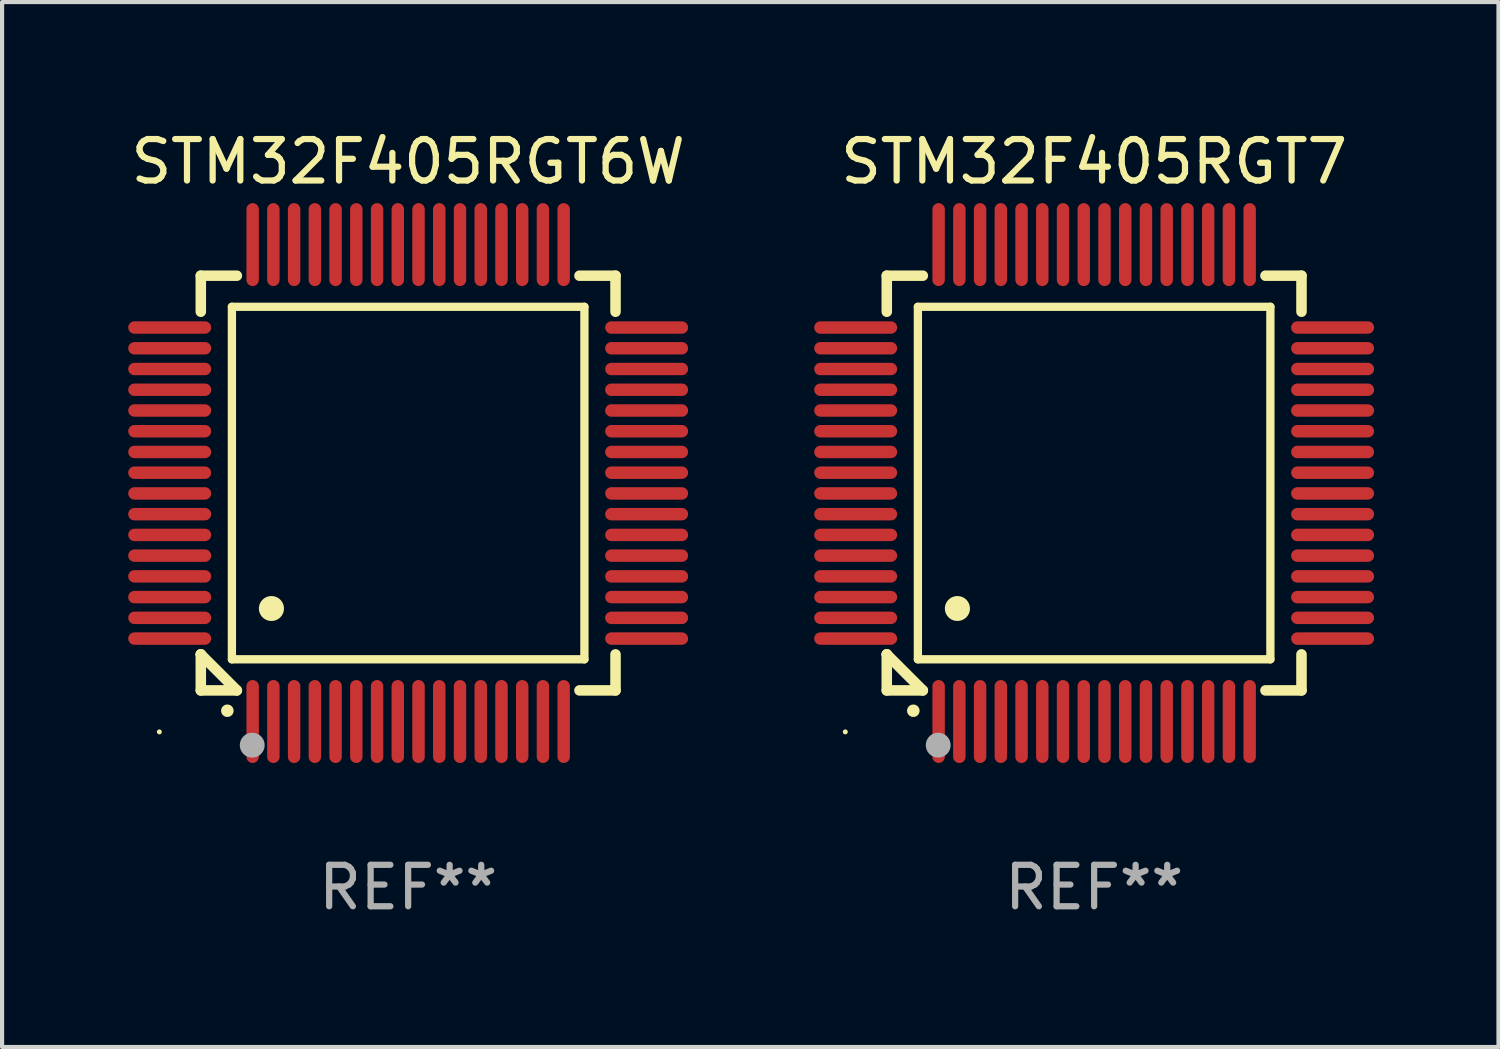
<source format=kicad_pcb>
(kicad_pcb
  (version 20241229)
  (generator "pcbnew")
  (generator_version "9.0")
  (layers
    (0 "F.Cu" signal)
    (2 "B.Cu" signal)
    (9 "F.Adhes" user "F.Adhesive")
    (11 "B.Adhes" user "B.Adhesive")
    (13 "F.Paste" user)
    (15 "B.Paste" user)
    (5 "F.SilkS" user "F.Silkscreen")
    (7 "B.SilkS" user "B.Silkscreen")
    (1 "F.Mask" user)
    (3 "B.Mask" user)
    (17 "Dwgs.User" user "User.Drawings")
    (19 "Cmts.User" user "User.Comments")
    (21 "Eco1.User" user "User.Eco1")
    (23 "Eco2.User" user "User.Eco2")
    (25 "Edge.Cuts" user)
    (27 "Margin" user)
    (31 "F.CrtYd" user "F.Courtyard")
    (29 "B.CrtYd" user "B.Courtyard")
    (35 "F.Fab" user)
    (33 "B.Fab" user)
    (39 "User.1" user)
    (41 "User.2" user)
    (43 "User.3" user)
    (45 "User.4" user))
  (footprint "STM32F405RGT7"
    (layer "F.Cu")
    (at 23.333 8.598)
    (property "Reference" "STM32F405RGT7" (at 0 -7.75 0) (layer "F.SilkS") (effects (font (size 1 1) (thickness 0.15))))
    (attr through_hole)
    (fp_line (start -5 -5) (end -4.131 -5) (stroke (width 0.254) (type solid)) (layer "F.SilkS"))
    (fp_line (start -5 -4.131) (end -5 -5) (stroke (width 0.254) (type solid)) (layer "F.SilkS"))
    (fp_line (start -5 4.131) (end -5 4.131) (stroke (width 0.254) (type solid)) (layer "F.SilkS"))
    (fp_line (start -5 5) (end -5 4.131) (stroke (width 0.254) (type solid)) (layer "F.SilkS"))
    (fp_line (start -5 4.131) (end -4.131 5) (stroke (width 0.254) (type solid)) (layer "F.SilkS"))
    (fp_line (start -4.25 -4.25) (end -4.25 4.25) (stroke (width 0.2) (type solid)) (layer "F.SilkS"))
    (fp_line (start -4.25 4.25) (end 4.25 4.25) (stroke (width 0.2) (type solid)) (layer "F.SilkS"))
    (fp_line (start -4.131 5) (end -5 5) (stroke (width 0.254) (type solid)) (layer "F.SilkS"))
    (fp_line (start 4.25 -4.25) (end -4.25 -4.25) (stroke (width 0.2) (type solid)) (layer "F.SilkS"))
    (fp_line (start 4.25 4.25) (end 4.25 -4.25) (stroke (width 0.2) (type solid)) (layer "F.SilkS"))
    (fp_line (start 5 -5) (end 4.131 -5) (stroke (width 0.254) (type solid)) (layer "F.SilkS"))
    (fp_line (start 5 -5) (end 5 -4.131) (stroke (width 0.254) (type solid)) (layer "F.SilkS"))
    (fp_line (start 5 4.131) (end 5 5) (stroke (width 0.254) (type solid)) (layer "F.SilkS"))
    (fp_line (start 5 5) (end 4.131 5) (stroke (width 0.254) (type solid)) (layer "F.SilkS"))
    (fp_arc (start -4.361265 5.489992) (mid -4.359995 5.489987) (end -4.358725 5.489992) (stroke (width 0.3) (type solid)) (layer "F.SilkS"))
    (fp_arc (start -3.299467 3.025146) (mid -3.296927 3.025135) (end -3.294387 3.025146) (stroke (width 0.6) (type solid)) (layer "F.SilkS"))
    (fp_circle (center -6 6) (end -5.97 6) (stroke (width 0.06) (type solid)) (fill no) (layer "F.SilkS"))
    (fp_circle (center -3.76 6.32) (end -3.61 6.32) (stroke (width 0.3) (type solid)) (fill no) (layer "F.Fab"))
    (fp_text user "REF**" (at 0 9.75 0) (layer "F.Fab") (effects (font (size 1 1) (thickness 0.15))))
    (pad "1" smd oval (at -3.75 5.75) (size 0.3 2) (layers "F.Cu" "F.Mask" "F.Paste"))
    (pad "2" smd oval (at -3.25 5.75) (size 0.3 2) (layers "F.Cu" "F.Mask" "F.Paste"))
    (pad "3" smd oval (at -2.75 5.75) (size 0.3 2) (layers "F.Cu" "F.Mask" "F.Paste"))
    (pad "4" smd oval (at -2.25 5.75) (size 0.3 2) (layers "F.Cu" "F.Mask" "F.Paste"))
    (pad "5" smd oval (at -1.75 5.75) (size 0.3 2) (layers "F.Cu" "F.Mask" "F.Paste"))
    (pad "6" smd oval (at -1.25 5.75) (size 0.3 2) (layers "F.Cu" "F.Mask" "F.Paste"))
    (pad "7" smd oval (at -0.75 5.75) (size 0.3 2) (layers "F.Cu" "F.Mask" "F.Paste"))
    (pad "8" smd oval (at -0.25 5.75) (size 0.3 2) (layers "F.Cu" "F.Mask" "F.Paste"))
    (pad "9" smd oval (at 0.25 5.75) (size 0.3 2) (layers "F.Cu" "F.Mask" "F.Paste"))
    (pad "10" smd oval (at 0.75 5.75) (size 0.3 2) (layers "F.Cu" "F.Mask" "F.Paste"))
    (pad "11" smd oval (at 1.25 5.75) (size 0.3 2) (layers "F.Cu" "F.Mask" "F.Paste"))
    (pad "12" smd oval (at 1.75 5.75) (size 0.3 2) (layers "F.Cu" "F.Mask" "F.Paste"))
    (pad "13" smd oval (at 2.25 5.75) (size 0.3 2) (layers "F.Cu" "F.Mask" "F.Paste"))
    (pad "14" smd oval (at 2.75 5.75) (size 0.3 2) (layers "F.Cu" "F.Mask" "F.Paste"))
    (pad "15" smd oval (at 3.25 5.75) (size 0.3 2) (layers "F.Cu" "F.Mask" "F.Paste"))
    (pad "16" smd oval (at 3.75 5.75) (size 0.3 2) (layers "F.Cu" "F.Mask" "F.Paste"))
    (pad "17" smd oval (at 5.75 3.75) (size 2 0.3) (layers "F.Cu" "F.Mask" "F.Paste"))
    (pad "18" smd oval (at 5.75 3.25) (size 2 0.3) (layers "F.Cu" "F.Mask" "F.Paste"))
    (pad "19" smd oval (at 5.75 2.75) (size 2 0.3) (layers "F.Cu" "F.Mask" "F.Paste"))
    (pad "20" smd oval (at 5.75 2.25) (size 2 0.3) (layers "F.Cu" "F.Mask" "F.Paste"))
    (pad "21" smd oval (at 5.75 1.75) (size 2 0.3) (layers "F.Cu" "F.Mask" "F.Paste"))
    (pad "22" smd oval (at 5.75 1.25) (size 2 0.3) (layers "F.Cu" "F.Mask" "F.Paste"))
    (pad "23" smd oval (at 5.75 0.75) (size 2 0.3) (layers "F.Cu" "F.Mask" "F.Paste"))
    (pad "24" smd oval (at 5.75 0.25) (size 2 0.3) (layers "F.Cu" "F.Mask" "F.Paste"))
    (pad "25" smd oval (at 5.75 -0.25) (size 2 0.3) (layers "F.Cu" "F.Mask" "F.Paste"))
    (pad "26" smd oval (at 5.75 -0.75) (size 2 0.3) (layers "F.Cu" "F.Mask" "F.Paste"))
    (pad "27" smd oval (at 5.75 -1.25) (size 2 0.3) (layers "F.Cu" "F.Mask" "F.Paste"))
    (pad "28" smd oval (at 5.75 -1.75) (size 2 0.3) (layers "F.Cu" "F.Mask" "F.Paste"))
    (pad "29" smd oval (at 5.75 -2.25) (size 2 0.3) (layers "F.Cu" "F.Mask" "F.Paste"))
    (pad "30" smd oval (at 5.75 -2.75) (size 2 0.3) (layers "F.Cu" "F.Mask" "F.Paste"))
    (pad "31" smd oval (at 5.75 -3.25) (size 2 0.3) (layers "F.Cu" "F.Mask" "F.Paste"))
    (pad "32" smd oval (at 5.75 -3.75) (size 2 0.3) (layers "F.Cu" "F.Mask" "F.Paste"))
    (pad "33" smd oval (at 3.75 -5.75) (size 0.3 2) (layers "F.Cu" "F.Mask" "F.Paste"))
    (pad "34" smd oval (at 3.25 -5.75) (size 0.3 2) (layers "F.Cu" "F.Mask" "F.Paste"))
    (pad "35" smd oval (at 2.75 -5.75) (size 0.3 2) (layers "F.Cu" "F.Mask" "F.Paste"))
    (pad "36" smd oval (at 2.25 -5.75) (size 0.3 2) (layers "F.Cu" "F.Mask" "F.Paste"))
    (pad "37" smd oval (at 1.75 -5.75) (size 0.3 2) (layers "F.Cu" "F.Mask" "F.Paste"))
    (pad "38" smd oval (at 1.25 -5.75) (size 0.3 2) (layers "F.Cu" "F.Mask" "F.Paste"))
    (pad "39" smd oval (at 0.75 -5.75) (size 0.3 2) (layers "F.Cu" "F.Mask" "F.Paste"))
    (pad "40" smd oval (at 0.25 -5.75) (size 0.3 2) (layers "F.Cu" "F.Mask" "F.Paste"))
    (pad "41" smd oval (at -0.25 -5.75) (size 0.3 2) (layers "F.Cu" "F.Mask" "F.Paste"))
    (pad "42" smd oval (at -0.75 -5.75) (size 0.3 2) (layers "F.Cu" "F.Mask" "F.Paste"))
    (pad "43" smd oval (at -1.25 -5.75) (size 0.3 2) (layers "F.Cu" "F.Mask" "F.Paste"))
    (pad "44" smd oval (at -1.75 -5.75) (size 0.3 2) (layers "F.Cu" "F.Mask" "F.Paste"))
    (pad "45" smd oval (at -2.25 -5.75) (size 0.3 2) (layers "F.Cu" "F.Mask" "F.Paste"))
    (pad "46" smd oval (at -2.75 -5.75) (size 0.3 2) (layers "F.Cu" "F.Mask" "F.Paste"))
    (pad "47" smd oval (at -3.25 -5.75) (size 0.3 2) (layers "F.Cu" "F.Mask" "F.Paste"))
    (pad "48" smd oval (at -3.75 -5.75) (size 0.3 2) (layers "F.Cu" "F.Mask" "F.Paste"))
    (pad "49" smd oval (at -5.75 -3.75) (size 2 0.3) (layers "F.Cu" "F.Mask" "F.Paste"))
    (pad "50" smd oval (at -5.75 -3.25) (size 2 0.3) (layers "F.Cu" "F.Mask" "F.Paste"))
    (pad "51" smd oval (at -5.75 -2.75) (size 2 0.3) (layers "F.Cu" "F.Mask" "F.Paste"))
    (pad "52" smd oval (at -5.75 -2.25) (size 2 0.3) (layers "F.Cu" "F.Mask" "F.Paste"))
    (pad "53" smd oval (at -5.75 -1.75) (size 2 0.3) (layers "F.Cu" "F.Mask" "F.Paste"))
    (pad "54" smd oval (at -5.75 -1.25) (size 2 0.3) (layers "F.Cu" "F.Mask" "F.Paste"))
    (pad "55" smd oval (at -5.75 -0.75) (size 2 0.3) (layers "F.Cu" "F.Mask" "F.Paste"))
    (pad "56" smd oval (at -5.75 -0.25) (size 2 0.3) (layers "F.Cu" "F.Mask" "F.Paste"))
    (pad "57" smd oval (at -5.75 0.25) (size 2 0.3) (layers "F.Cu" "F.Mask" "F.Paste"))
    (pad "58" smd oval (at -5.75 0.75) (size 2 0.3) (layers "F.Cu" "F.Mask" "F.Paste"))
    (pad "59" smd oval (at -5.75 1.25) (size 2 0.3) (layers "F.Cu" "F.Mask" "F.Paste"))
    (pad "60" smd oval (at -5.75 1.75) (size 2 0.3) (layers "F.Cu" "F.Mask" "F.Paste"))
    (pad "61" smd oval (at -5.75 2.25) (size 2 0.3) (layers "F.Cu" "F.Mask" "F.Paste"))
    (pad "62" smd oval (at -5.75 2.75) (size 2 0.3) (layers "F.Cu" "F.Mask" "F.Paste"))
    (pad "63" smd oval (at -5.75 3.25) (size 2 0.3) (layers "F.Cu" "F.Mask" "F.Paste"))
    (pad "64" smd oval (at -5.75 3.75) (size 2 0.3) (layers "F.Cu" "F.Mask" "F.Paste")))
  (footprint "STM32F405RGT6W"
    (layer "F.Cu")
    (at 6.792 8.598)
    (property "Reference" "STM32F405RGT6W" (at 0 -7.75 0) (layer "F.SilkS") (effects (font (size 1 1) (thickness 0.15))))
    (attr through_hole)
    (fp_line (start -5 -5) (end -4.131 -5) (stroke (width 0.254) (type solid)) (layer "F.SilkS"))
    (fp_line (start -5 -4.131) (end -5 -5) (stroke (width 0.254) (type solid)) (layer "F.SilkS"))
    (fp_line (start -5 4.131) (end -5 4.131) (stroke (width 0.254) (type solid)) (layer "F.SilkS"))
    (fp_line (start -5 5) (end -5 4.131) (stroke (width 0.254) (type solid)) (layer "F.SilkS"))
    (fp_line (start -5 4.131) (end -4.131 5) (stroke (width 0.254) (type solid)) (layer "F.SilkS"))
    (fp_line (start -4.25 -4.25) (end -4.25 4.25) (stroke (width 0.2) (type solid)) (layer "F.SilkS"))
    (fp_line (start -4.25 4.25) (end 4.25 4.25) (stroke (width 0.2) (type solid)) (layer "F.SilkS"))
    (fp_line (start -4.131 5) (end -5 5) (stroke (width 0.254) (type solid)) (layer "F.SilkS"))
    (fp_line (start 4.25 -4.25) (end -4.25 -4.25) (stroke (width 0.2) (type solid)) (layer "F.SilkS"))
    (fp_line (start 4.25 4.25) (end 4.25 -4.25) (stroke (width 0.2) (type solid)) (layer "F.SilkS"))
    (fp_line (start 5 -5) (end 4.131 -5) (stroke (width 0.254) (type solid)) (layer "F.SilkS"))
    (fp_line (start 5 -5) (end 5 -4.131) (stroke (width 0.254) (type solid)) (layer "F.SilkS"))
    (fp_line (start 5 4.131) (end 5 5) (stroke (width 0.254) (type solid)) (layer "F.SilkS"))
    (fp_line (start 5 5) (end 4.131 5) (stroke (width 0.254) (type solid)) (layer "F.SilkS"))
    (fp_arc (start -4.361265 5.489992) (mid -4.359995 5.489987) (end -4.358725 5.489992) (stroke (width 0.3) (type solid)) (layer "F.SilkS"))
    (fp_arc (start -3.299467 3.025146) (mid -3.296927 3.025135) (end -3.294387 3.025146) (stroke (width 0.6) (type solid)) (layer "F.SilkS"))
    (fp_circle (center -6 6) (end -5.97 6) (stroke (width 0.06) (type solid)) (fill no) (layer "F.SilkS"))
    (fp_circle (center -3.76 6.32) (end -3.61 6.32) (stroke (width 0.3) (type solid)) (fill no) (layer "F.Fab"))
    (fp_text user "REF**" (at 0 9.75 0) (layer "F.Fab") (effects (font (size 1 1) (thickness 0.15))))
    (pad "1" smd oval (at -3.75 5.75) (size 0.3 2) (layers "F.Cu" "F.Mask" "F.Paste"))
    (pad "2" smd oval (at -3.25 5.75) (size 0.3 2) (layers "F.Cu" "F.Mask" "F.Paste"))
    (pad "3" smd oval (at -2.75 5.75) (size 0.3 2) (layers "F.Cu" "F.Mask" "F.Paste"))
    (pad "4" smd oval (at -2.25 5.75) (size 0.3 2) (layers "F.Cu" "F.Mask" "F.Paste"))
    (pad "5" smd oval (at -1.75 5.75) (size 0.3 2) (layers "F.Cu" "F.Mask" "F.Paste"))
    (pad "6" smd oval (at -1.25 5.75) (size 0.3 2) (layers "F.Cu" "F.Mask" "F.Paste"))
    (pad "7" smd oval (at -0.75 5.75) (size 0.3 2) (layers "F.Cu" "F.Mask" "F.Paste"))
    (pad "8" smd oval (at -0.25 5.75) (size 0.3 2) (layers "F.Cu" "F.Mask" "F.Paste"))
    (pad "9" smd oval (at 0.25 5.75) (size 0.3 2) (layers "F.Cu" "F.Mask" "F.Paste"))
    (pad "10" smd oval (at 0.75 5.75) (size 0.3 2) (layers "F.Cu" "F.Mask" "F.Paste"))
    (pad "11" smd oval (at 1.25 5.75) (size 0.3 2) (layers "F.Cu" "F.Mask" "F.Paste"))
    (pad "12" smd oval (at 1.75 5.75) (size 0.3 2) (layers "F.Cu" "F.Mask" "F.Paste"))
    (pad "13" smd oval (at 2.25 5.75) (size 0.3 2) (layers "F.Cu" "F.Mask" "F.Paste"))
    (pad "14" smd oval (at 2.75 5.75) (size 0.3 2) (layers "F.Cu" "F.Mask" "F.Paste"))
    (pad "15" smd oval (at 3.25 5.75) (size 0.3 2) (layers "F.Cu" "F.Mask" "F.Paste"))
    (pad "16" smd oval (at 3.75 5.75) (size 0.3 2) (layers "F.Cu" "F.Mask" "F.Paste"))
    (pad "17" smd oval (at 5.75 3.75) (size 2 0.3) (layers "F.Cu" "F.Mask" "F.Paste"))
    (pad "18" smd oval (at 5.75 3.25) (size 2 0.3) (layers "F.Cu" "F.Mask" "F.Paste"))
    (pad "19" smd oval (at 5.75 2.75) (size 2 0.3) (layers "F.Cu" "F.Mask" "F.Paste"))
    (pad "20" smd oval (at 5.75 2.25) (size 2 0.3) (layers "F.Cu" "F.Mask" "F.Paste"))
    (pad "21" smd oval (at 5.75 1.75) (size 2 0.3) (layers "F.Cu" "F.Mask" "F.Paste"))
    (pad "22" smd oval (at 5.75 1.25) (size 2 0.3) (layers "F.Cu" "F.Mask" "F.Paste"))
    (pad "23" smd oval (at 5.75 0.75) (size 2 0.3) (layers "F.Cu" "F.Mask" "F.Paste"))
    (pad "24" smd oval (at 5.75 0.25) (size 2 0.3) (layers "F.Cu" "F.Mask" "F.Paste"))
    (pad "25" smd oval (at 5.75 -0.25) (size 2 0.3) (layers "F.Cu" "F.Mask" "F.Paste"))
    (pad "26" smd oval (at 5.75 -0.75) (size 2 0.3) (layers "F.Cu" "F.Mask" "F.Paste"))
    (pad "27" smd oval (at 5.75 -1.25) (size 2 0.3) (layers "F.Cu" "F.Mask" "F.Paste"))
    (pad "28" smd oval (at 5.75 -1.75) (size 2 0.3) (layers "F.Cu" "F.Mask" "F.Paste"))
    (pad "29" smd oval (at 5.75 -2.25) (size 2 0.3) (layers "F.Cu" "F.Mask" "F.Paste"))
    (pad "30" smd oval (at 5.75 -2.75) (size 2 0.3) (layers "F.Cu" "F.Mask" "F.Paste"))
    (pad "31" smd oval (at 5.75 -3.25) (size 2 0.3) (layers "F.Cu" "F.Mask" "F.Paste"))
    (pad "32" smd oval (at 5.75 -3.75) (size 2 0.3) (layers "F.Cu" "F.Mask" "F.Paste"))
    (pad "33" smd oval (at 3.75 -5.75) (size 0.3 2) (layers "F.Cu" "F.Mask" "F.Paste"))
    (pad "34" smd oval (at 3.25 -5.75) (size 0.3 2) (layers "F.Cu" "F.Mask" "F.Paste"))
    (pad "35" smd oval (at 2.75 -5.75) (size 0.3 2) (layers "F.Cu" "F.Mask" "F.Paste"))
    (pad "36" smd oval (at 2.25 -5.75) (size 0.3 2) (layers "F.Cu" "F.Mask" "F.Paste"))
    (pad "37" smd oval (at 1.75 -5.75) (size 0.3 2) (layers "F.Cu" "F.Mask" "F.Paste"))
    (pad "38" smd oval (at 1.25 -5.75) (size 0.3 2) (layers "F.Cu" "F.Mask" "F.Paste"))
    (pad "39" smd oval (at 0.75 -5.75) (size 0.3 2) (layers "F.Cu" "F.Mask" "F.Paste"))
    (pad "40" smd oval (at 0.25 -5.75) (size 0.3 2) (layers "F.Cu" "F.Mask" "F.Paste"))
    (pad "41" smd oval (at -0.25 -5.75) (size 0.3 2) (layers "F.Cu" "F.Mask" "F.Paste"))
    (pad "42" smd oval (at -0.75 -5.75) (size 0.3 2) (layers "F.Cu" "F.Mask" "F.Paste"))
    (pad "43" smd oval (at -1.25 -5.75) (size 0.3 2) (layers "F.Cu" "F.Mask" "F.Paste"))
    (pad "44" smd oval (at -1.75 -5.75) (size 0.3 2) (layers "F.Cu" "F.Mask" "F.Paste"))
    (pad "45" smd oval (at -2.25 -5.75) (size 0.3 2) (layers "F.Cu" "F.Mask" "F.Paste"))
    (pad "46" smd oval (at -2.75 -5.75) (size 0.3 2) (layers "F.Cu" "F.Mask" "F.Paste"))
    (pad "47" smd oval (at -3.25 -5.75) (size 0.3 2) (layers "F.Cu" "F.Mask" "F.Paste"))
    (pad "48" smd oval (at -3.75 -5.75) (size 0.3 2) (layers "F.Cu" "F.Mask" "F.Paste"))
    (pad "49" smd oval (at -5.75 -3.75) (size 2 0.3) (layers "F.Cu" "F.Mask" "F.Paste"))
    (pad "50" smd oval (at -5.75 -3.25) (size 2 0.3) (layers "F.Cu" "F.Mask" "F.Paste"))
    (pad "51" smd oval (at -5.75 -2.75) (size 2 0.3) (layers "F.Cu" "F.Mask" "F.Paste"))
    (pad "52" smd oval (at -5.75 -2.25) (size 2 0.3) (layers "F.Cu" "F.Mask" "F.Paste"))
    (pad "53" smd oval (at -5.75 -1.75) (size 2 0.3) (layers "F.Cu" "F.Mask" "F.Paste"))
    (pad "54" smd oval (at -5.75 -1.25) (size 2 0.3) (layers "F.Cu" "F.Mask" "F.Paste"))
    (pad "55" smd oval (at -5.75 -0.75) (size 2 0.3) (layers "F.Cu" "F.Mask" "F.Paste"))
    (pad "56" smd oval (at -5.75 -0.25) (size 2 0.3) (layers "F.Cu" "F.Mask" "F.Paste"))
    (pad "57" smd oval (at -5.75 0.25) (size 2 0.3) (layers "F.Cu" "F.Mask" "F.Paste"))
    (pad "58" smd oval (at -5.75 0.75) (size 2 0.3) (layers "F.Cu" "F.Mask" "F.Paste"))
    (pad "59" smd oval (at -5.75 1.25) (size 2 0.3) (layers "F.Cu" "F.Mask" "F.Paste"))
    (pad "60" smd oval (at -5.75 1.75) (size 2 0.3) (layers "F.Cu" "F.Mask" "F.Paste"))
    (pad "61" smd oval (at -5.75 2.25) (size 2 0.3) (layers "F.Cu" "F.Mask" "F.Paste"))
    (pad "62" smd oval (at -5.75 2.75) (size 2 0.3) (layers "F.Cu" "F.Mask" "F.Paste"))
    (pad "63" smd oval (at -5.75 3.25) (size 2 0.3) (layers "F.Cu" "F.Mask" "F.Paste"))
    (pad "64" smd oval (at -5.75 3.75) (size 2 0.3) (layers "F.Cu" "F.Mask" "F.Paste")))
  (gr_rect
    (start -3 -3)
    (end 33.083 22.196)
    (stroke (width 0.1) (type default))
    (fill no)
    (layer "Edge.Cuts")))
</source>
